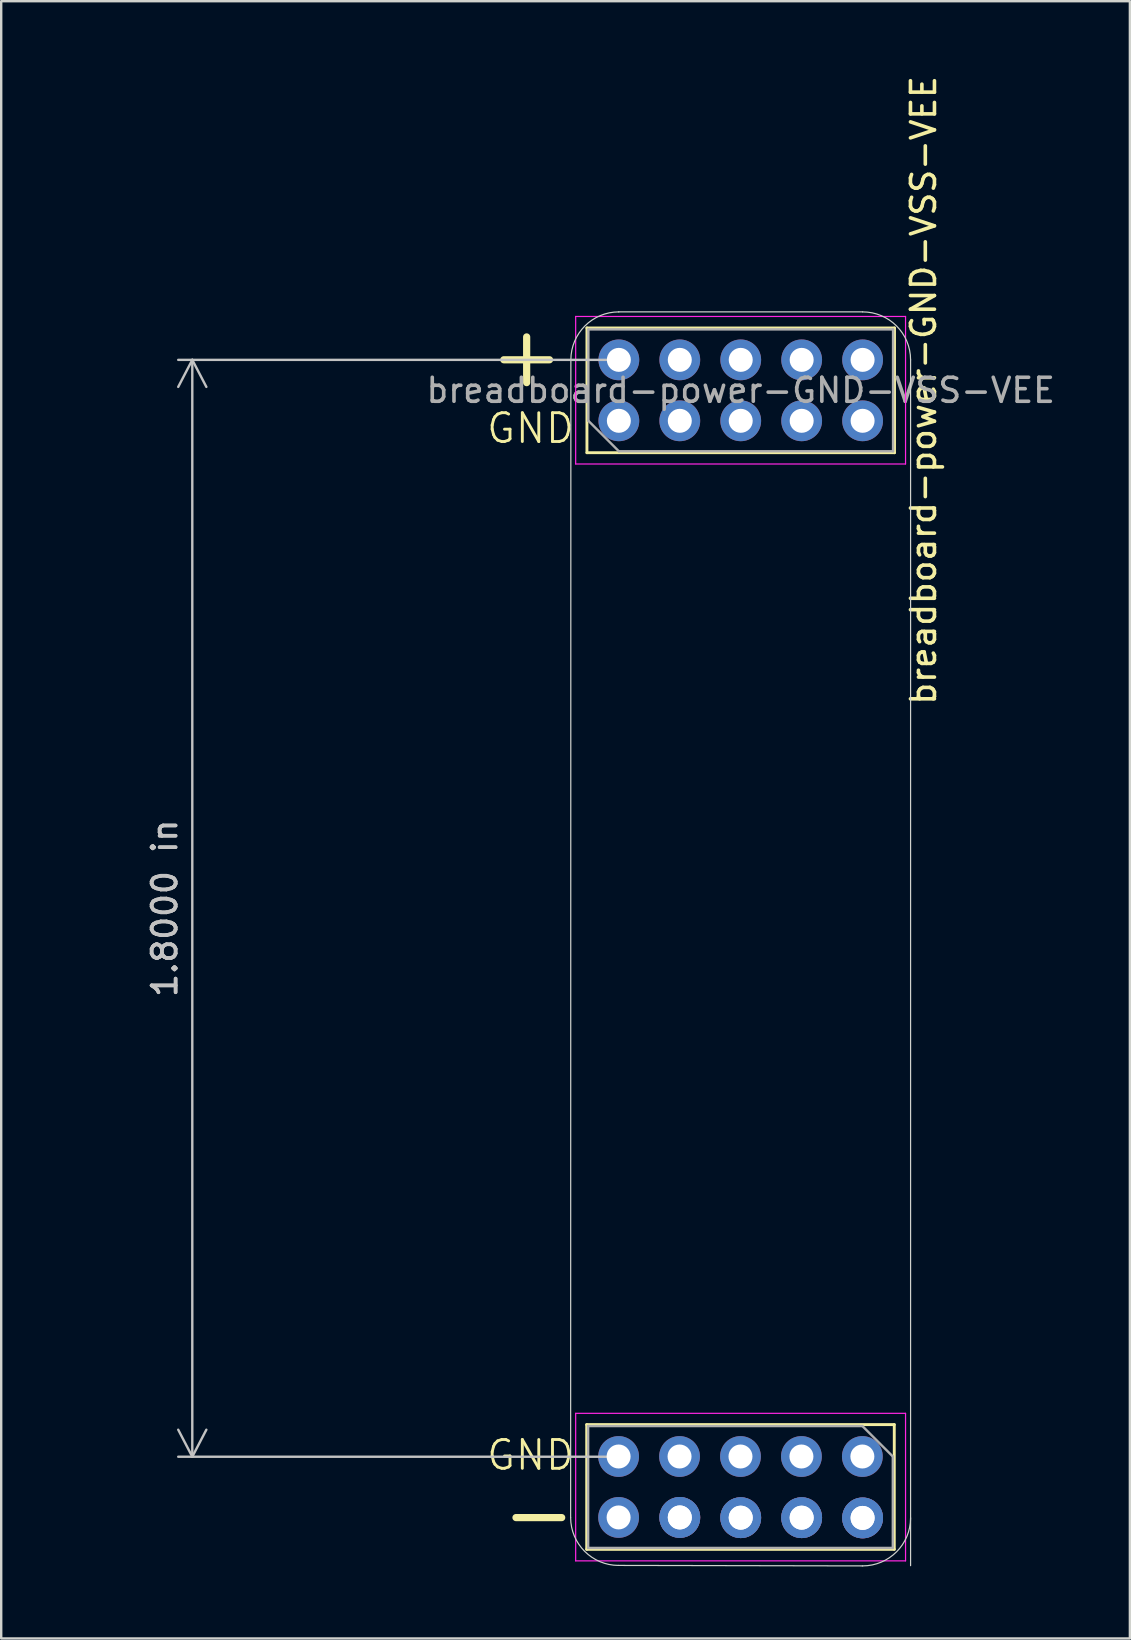
<source format=kicad_pcb>
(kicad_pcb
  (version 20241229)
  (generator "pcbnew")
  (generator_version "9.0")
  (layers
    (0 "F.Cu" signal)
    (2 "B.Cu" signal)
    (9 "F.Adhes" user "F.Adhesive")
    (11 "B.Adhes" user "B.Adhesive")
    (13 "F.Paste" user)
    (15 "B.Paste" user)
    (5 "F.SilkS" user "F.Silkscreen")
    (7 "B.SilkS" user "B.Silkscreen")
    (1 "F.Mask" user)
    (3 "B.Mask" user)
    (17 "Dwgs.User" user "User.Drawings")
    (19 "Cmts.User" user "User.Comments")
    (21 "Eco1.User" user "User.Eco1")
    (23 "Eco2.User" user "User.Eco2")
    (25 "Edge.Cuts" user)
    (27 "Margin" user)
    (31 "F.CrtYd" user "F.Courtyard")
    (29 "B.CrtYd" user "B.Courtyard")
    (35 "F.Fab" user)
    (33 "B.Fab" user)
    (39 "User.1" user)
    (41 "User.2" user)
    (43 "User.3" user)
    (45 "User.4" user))
  (footprint "breadboard-power-GND-VSS-VEE"
    (layer "F.Cu")
    (at 22.745 11.95)
    (property "Reference" "breadboard-power-GND-VSS-VEE" (at 12.7 1.27 90) (layer "F.SilkS") (effects (font (size 1 1) (thickness 0.15))))
    (attr through_hole)
    (fp_line (start -1.34 44.38) (end -1.34 49.58) (stroke (width 0.12) (type solid)) (layer "F.SilkS"))
    (fp_line (start -1.33 -1.33) (end -1.33 3.87) (stroke (width 0.12) (type default)) (layer "F.SilkS"))
    (fp_line (start -1.33 -1.33) (end 11.49 -1.33) (stroke (width 0.12) (type solid)) (layer "F.SilkS"))
    (fp_line (start -1.33 3.87) (end 11.49 3.87) (stroke (width 0.12) (type solid)) (layer "F.SilkS"))
    (fp_line (start 11.48 44.38) (end -1.34 44.38) (stroke (width 0.12) (type solid)) (layer "F.SilkS"))
    (fp_line (start 11.48 49.58) (end -1.34 49.58) (stroke (width 0.12) (type solid)) (layer "F.SilkS"))
    (fp_line (start 11.48 49.58) (end 11.48 44.38) (stroke (width 0.12) (type default)) (layer "F.SilkS"))
    (fp_line (start 11.49 3.87) (end 11.49 -1.33) (stroke (width 0.12) (type solid)) (layer "F.SilkS"))
    (fp_line (start -2.01 48.25) (end -2 0) (stroke (width 0.05) (type default)) (layer "Edge.Cuts"))
    (fp_line (start -0.01 -2) (end 10.16 -2) (stroke (width 0.05) (type default)) (layer "Edge.Cuts"))
    (fp_line (start 10.16 50.27) (end -0.01 50.25) (stroke (width 0.05) (type default)) (layer "Edge.Cuts"))
    (fp_line (start 12.16 0) (end 12.16 50.26) (stroke (width 0.05) (type default)) (layer "Edge.Cuts"))
    (fp_arc (start -2 0) (mid -1.414214 -1.414214) (end 0 -2) (stroke (width 0.05) (type default)) (layer "Edge.Cuts"))
    (fp_arc (start -0.01 50.25) (mid -1.424214 49.664214) (end -2.01 48.25) (stroke (width 0.05) (type default)) (layer "Edge.Cuts"))
    (fp_arc (start 10.16 -2) (mid 11.574214 -1.414214) (end 12.16 0) (stroke (width 0.05) (type default)) (layer "Edge.Cuts"))
    (fp_arc (start 12.16 48.27) (mid 11.574214 49.684214) (end 10.16 50.27) (stroke (width 0.05) (type default)) (layer "Edge.Cuts"))
    (fp_line (start -1.8 -1.81) (end -1.8 4.34) (stroke (width 0.05) (type solid)) (layer "F.CrtYd"))
    (fp_line (start -1.8 4.34) (end 11.95 4.34) (stroke (width 0.05) (type solid)) (layer "F.CrtYd"))
    (fp_line (start -1.8 43.91) (end -1.8 50.06) (stroke (width 0.05) (type solid)) (layer "F.CrtYd"))
    (fp_line (start -1.8 50.06) (end 11.95 50.06) (stroke (width 0.05) (type solid)) (layer "F.CrtYd"))
    (fp_line (start 11.95 -1.81) (end -1.8 -1.81) (stroke (width 0.05) (type solid)) (layer "F.CrtYd"))
    (fp_line (start 11.95 4.34) (end 11.95 -1.81) (stroke (width 0.05) (type solid)) (layer "F.CrtYd"))
    (fp_line (start 11.95 43.91) (end -1.8 43.91) (stroke (width 0.05) (type solid)) (layer "F.CrtYd"))
    (fp_line (start 11.95 50.06) (end 11.95 43.91) (stroke (width 0.05) (type solid)) (layer "F.CrtYd"))
    (fp_line (start -1.28 44.44) (end 10.15 44.44) (stroke (width 0.1) (type solid)) (layer "F.Fab"))
    (fp_line (start -1.28 49.52) (end -1.28 44.44) (stroke (width 0.1) (type solid)) (layer "F.Fab"))
    (fp_line (start -1.27 -1.27) (end 11.43 -1.27) (stroke (width 0.1) (type solid)) (layer "F.Fab"))
    (fp_line (start -1.27 2.54) (end -1.27 -1.27) (stroke (width 0.1) (type solid)) (layer "F.Fab"))
    (fp_line (start 0 3.81) (end -1.27 2.54) (stroke (width 0.1) (type solid)) (layer "F.Fab"))
    (fp_line (start 10.15 44.44) (end 11.42 45.71) (stroke (width 0.1) (type solid)) (layer "F.Fab"))
    (fp_line (start 11.42 45.71) (end 11.42 49.52) (stroke (width 0.1) (type solid)) (layer "F.Fab"))
    (fp_line (start 11.42 49.52) (end -1.28 49.52) (stroke (width 0.1) (type solid)) (layer "F.Fab"))
    (fp_line (start 11.43 -1.27) (end 11.43 3.81) (stroke (width 0.1) (type solid)) (layer "F.Fab"))
    (fp_line (start 11.43 3.81) (end 0 3.81) (stroke (width 0.1) (type solid)) (layer "F.Fab"))
    (fp_text user "GND" (at -5.588 46.355 0) (unlocked yes) (layer "F.SilkS") (effects (font (size 1.2 1.2) (thickness 0.12)) (justify left bottom)))
    (fp_text user "+" (at -5.588 1.27 0) (unlocked yes) (layer "F.SilkS") (effects (font (size 2.5 2.5) (thickness 0.3)) (justify left bottom)))
    (fp_text user "-" (at -5.08 49.53 0) (unlocked yes) (layer "F.SilkS") (effects (font (size 2.5 2.5) (thickness 0.3)) (justify left bottom)))
    (fp_text user "GND" (at -5.588 3.556 0) (unlocked yes) (layer "F.SilkS") (effects (font (size 1.2 1.2) (thickness 0.12)) (justify left bottom)))
    (fp_text user "${REFERENCE}" (at 5.08 1.27 180) (layer "F.Fab") (effects (font (size 1 1) (thickness 0.15))))
    (dimension (type aligned) (layer "Dwgs.User") (pts (xy 22.745 57.67) (xy 22.745 11.95)) (height -17.78) (format (prefix "") (suffix "") (units 0) (units_format 1) (precision 4)) (style (thickness 0.1) (arrow_length 1.27) (text_position_mode 0) (arrow_direction outward) (extension_height 0.586) (extension_offset 0.5) (keep_text_aligned yes)) (gr_text "1.8000 in" (at 3.815 34.81 90) (layer "Dwgs.User") (effects (font (size 1 1) (thickness 0.15)))))
    (pad "1" thru_hole oval (at 0 0 90) (size 1.7 1.7) (drill 1) (layers "*.Cu" "*.Mask"))
    (pad "1" thru_hole oval (at 2.54 0 90) (size 1.7 1.7) (drill 1) (layers "*.Cu" "*.Mask"))
    (pad "1" thru_hole oval (at 5.08 0 90) (size 1.7 1.7) (drill 1) (layers "*.Cu" "*.Mask"))
    (pad "1" thru_hole oval (at 7.62 0 90) (size 1.7 1.7) (drill 1) (layers "*.Cu" "*.Mask"))
    (pad "1" thru_hole oval (at 10.16 0 90) (size 1.7 1.7) (drill 1) (layers "*.Cu" "*.Mask"))
    (pad "2" thru_hole circle (at -0.01 45.71 270) (size 1.7 1.7) (drill 1) (layers "*.Cu" "*.Mask"))
    (pad "2" thru_hole circle (at 0 2.54 90) (size 1.7 1.7) (drill 1) (layers "*.Cu" "*.Mask"))
    (pad "2" thru_hole circle (at 2.53 45.71 270) (size 1.7 1.7) (drill 1) (layers "*.Cu" "*.Mask"))
    (pad "2" thru_hole circle (at 2.54 2.54 90) (size 1.7 1.7) (drill 1) (layers "*.Cu" "*.Mask"))
    (pad "2" thru_hole circle (at 5.07 45.71 270) (size 1.7 1.7) (drill 1) (layers "*.Cu" "*.Mask"))
    (pad "2" thru_hole circle (at 5.08 2.54 90) (size 1.7 1.7) (drill 1) (layers "*.Cu" "*.Mask"))
    (pad "2" thru_hole circle (at 7.61 45.71 270) (size 1.7 1.7) (drill 1) (layers "*.Cu" "*.Mask"))
    (pad "2" thru_hole circle (at 7.62 2.54 90) (size 1.7 1.7) (drill 1) (layers "*.Cu" "*.Mask"))
    (pad "2" thru_hole circle (at 10.15 45.71 270) (size 1.7 1.7) (drill 1) (layers "*.Cu" "*.Mask"))
    (pad "2" thru_hole circle (at 10.16 2.54 90) (size 1.7 1.7) (drill 1) (layers "*.Cu" "*.Mask"))
    (pad "3" thru_hole oval (at -0.01 48.25 270) (size 1.7 1.7) (drill 1) (layers "*.Cu" "*.Mask"))
    (pad "3" thru_hole oval (at 2.54 48.25 270) (size 1.7 1.7) (drill 1) (layers "*.Cu" "*.Mask"))
    (pad "3" thru_hole oval (at 2.54 48.25 270) (size 1.7 1.7) (drill 1) (layers "*.Cu" "*.Mask"))
    (pad "3" thru_hole oval (at 5.08 48.26 270) (size 1.7 1.7) (drill 1) (layers "*.Cu" "*.Mask"))
    (pad "3" thru_hole oval (at 5.08 48.26 270) (size 1.7 1.7) (drill 1) (layers "*.Cu" "*.Mask"))
    (pad "3" thru_hole oval (at 7.62 48.26 270) (size 1.7 1.7) (drill 1) (layers "*.Cu" "*.Mask"))
    (pad "3" thru_hole oval (at 7.62 48.26 270) (size 1.7 1.7) (drill 1) (layers "*.Cu" "*.Mask"))
    (pad "3" thru_hole oval (at 10.16 48.27 270) (size 1.7 1.7) (drill 1) (layers "*.Cu" "*.Mask"))
    (pad "3" thru_hole oval (at 10.16 48.27 270) (size 1.7 1.7) (drill 1) (layers "*.Cu" "*.Mask")))
  (gr_rect
    (start -3 -3)
    (end 44.046 65.245)
    (stroke (width 0.1) (type default))
    (fill no)
    (layer "Edge.Cuts")))
</source>
